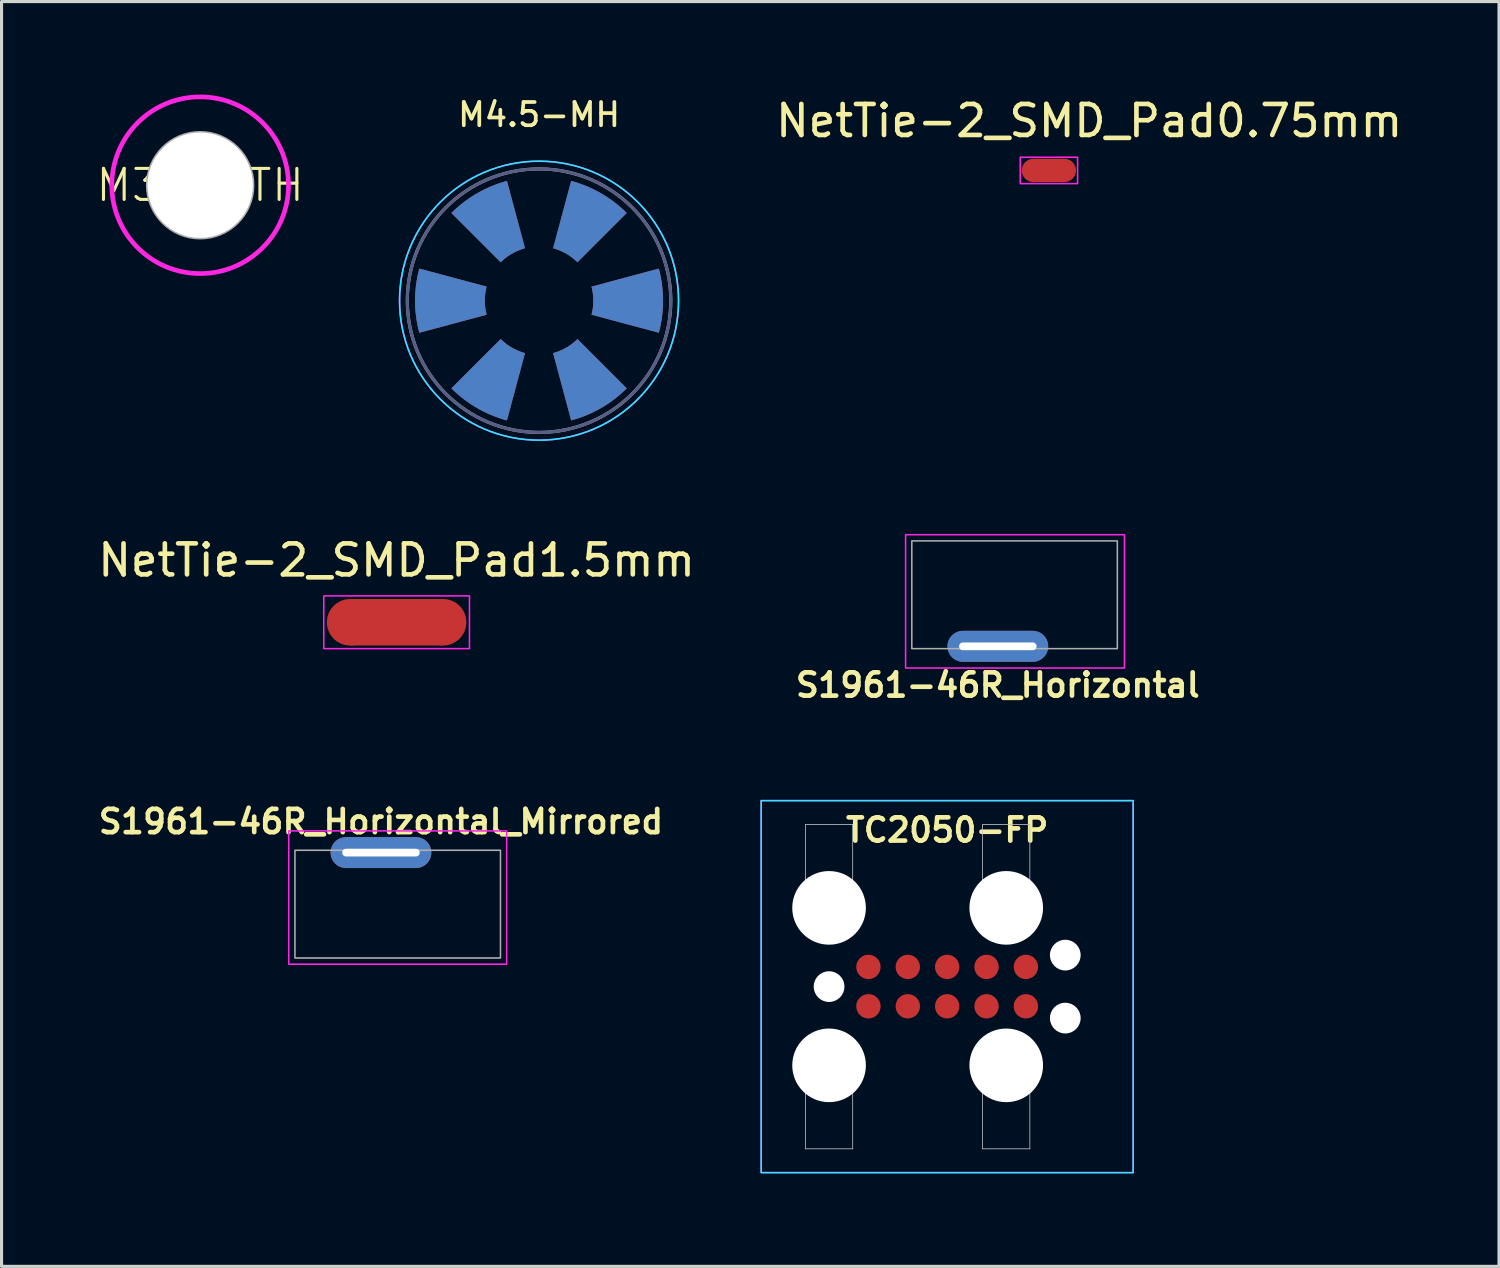
<source format=kicad_pcb>
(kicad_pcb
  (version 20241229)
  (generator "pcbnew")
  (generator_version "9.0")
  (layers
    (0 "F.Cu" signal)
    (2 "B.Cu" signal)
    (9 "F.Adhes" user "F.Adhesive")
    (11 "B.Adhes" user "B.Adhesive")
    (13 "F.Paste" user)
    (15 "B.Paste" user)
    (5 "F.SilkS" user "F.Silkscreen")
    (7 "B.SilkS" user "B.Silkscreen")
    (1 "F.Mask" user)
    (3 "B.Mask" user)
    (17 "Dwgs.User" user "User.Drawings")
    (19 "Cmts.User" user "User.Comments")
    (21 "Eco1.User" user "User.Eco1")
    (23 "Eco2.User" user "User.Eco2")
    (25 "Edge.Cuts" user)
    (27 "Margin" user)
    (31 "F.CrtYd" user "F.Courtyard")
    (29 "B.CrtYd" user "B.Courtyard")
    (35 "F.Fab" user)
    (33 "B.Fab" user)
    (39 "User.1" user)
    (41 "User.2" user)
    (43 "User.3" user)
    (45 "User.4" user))
  (footprint "S1961-46R_Horizontal"
    (layer "F.Cu")
    (at 29.138 17.799)
    (property "Reference" "S1961-46R_Horizontal" (at 0 1.25 0) (unlocked yes) (layer "F.SilkS") (effects (font (size 0.75 0.75) (thickness 0.15))))
    (attr through_hole)
    (fp_rect (start -2.975 -3.6) (end 4.085 0.7) (stroke (width 0.05) (type solid)) (fill no) (layer "F.CrtYd"))
    (fp_rect (start -2.775 -3.4) (end 3.855 0.075) (stroke (width 0.05) (type solid)) (fill no) (layer "F.Fab"))
    (fp_rect (start -1.125 -0.075) (end 1.125 0.075) (stroke (width 0.05) (type solid)) (fill no) (layer "F.Fab"))
    (pad "1" thru_hole oval (at 0 0) (size 3.25 1) (drill oval 2.5 0.25) (layers "*.Cu" "*.Mask")))
  (footprint "M4.5-MH"
    (layer "F.Cu")
    (at 14.339 6.649)
    (property "Reference" "M4.5-MH" (at 0 -6 0) (unlocked yes) (layer "F.SilkS") (effects (font (size 0.75 0.75) (thickness 0.12))))
    (attr through_hole)
    (fp_circle (center 0 0) (end 0 -4.5) (stroke (width 0.05) (type solid)) (fill no) (layer "B.CrtYd"))
    (fp_circle (center 0 0) (end 0 -4.5) (stroke (width 0.05) (type default)) (fill no) (layer "F.CrtYd"))
    (fp_circle (center 0 0) (end 0 -4.25) (stroke (width 0.1) (type solid)) (fill no) (layer "B.Fab"))
    (fp_circle (center 0 0) (end 0 -4.25) (stroke (width 0.1) (type default)) (fill no) (layer "F.Fab"))
    (pad "1" smd custom (at -2 0 90) (size 0.25 0.25) (layers "F.Cu" "F.Mask" "F.Paste") (options (anchor circle)) (primitives (gr_poly (pts (arc (start -0.452934 0.309631) (mid -0.000001 0.250001) (end 0.452934 0.309631)) (xy 1.035 -1.864) (arc (start 1.035272 -1.863704) (mid -0.000004 -2) (end -1.03528 -1.863702))) (width 0) (fill yes))))
    (pad "1" smd custom (at -2 0 90) (size 0.25 0.25) (layers "B.Cu" "B.Mask" "B.Paste") (options (anchor circle)) (primitives (gr_poly (pts (arc (start -0.452934 0.309631) (mid -0.000001 0.250001) (end 0.452934 0.309631)) (xy 1.035 -1.864) (arc (start 1.035272 -1.863704) (mid -0.000004 -2) (end -1.03528 -1.863702))) (width 0) (fill yes))))
    (pad "1" smd custom (at -1 -1.732 30) (size 0.25 0.25) (layers "F.Cu" "F.Mask" "F.Paste") (options (anchor circle)) (primitives (gr_poly (pts (arc (start -0.452934 0.309631) (mid -0.000001 0.250001) (end 0.452934 0.309631)) (xy 1.035 -1.864) (arc (start 1.035272 -1.863704) (mid -0.000004 -2) (end -1.03528 -1.863702))) (width 0) (fill yes))))
    (pad "1" smd custom (at -1 -1.732 30) (size 0.25 0.25) (layers "B.Cu" "B.Mask" "B.Paste") (options (anchor circle)) (primitives (gr_poly (pts (arc (start -0.452934 0.309631) (mid -0.000001 0.250001) (end 0.452934 0.309631)) (xy 1.035 -1.864) (arc (start 1.035272 -1.863704) (mid -0.000004 -2) (end -1.03528 -1.863702))) (width 0) (fill yes))))
    (pad "1" smd custom (at -1 1.732 150) (size 0.25 0.25) (layers "F.Cu" "F.Mask" "F.Paste") (options (anchor circle)) (primitives (gr_poly (pts (arc (start 0.452934 0.309631) (mid 0.000001 0.250001) (end -0.452934 0.309631)) (xy -1.035 -1.864) (arc (start -1.035272 -1.863704) (mid 0.000004 -2) (end 1.03528 -1.863702))) (width 0) (fill yes))))
    (pad "1" smd custom (at -1 1.732 150) (size 0.25 0.25) (layers "B.Cu" "B.Mask" "B.Paste") (options (anchor circle)) (primitives (gr_poly (pts (arc (start 0.452934 0.309631) (mid 0.000001 0.250001) (end -0.452934 0.309631)) (xy -1.035 -1.864) (arc (start -1.035272 -1.863704) (mid 0.000004 -2) (end 1.03528 -1.863702))) (width 0) (fill yes))))
    (pad "1" smd custom (at 1 -1.732 330) (size 0.25 0.25) (layers "F.Cu" "F.Mask" "F.Paste") (options (anchor circle)) (primitives (gr_poly (pts (arc (start 0.452934 0.309631) (mid 0.000001 0.250001) (end -0.452934 0.309631)) (xy -1.035 -1.864) (arc (start -1.035272 -1.863704) (mid 0.000004 -2) (end 1.03528 -1.863702))) (width 0) (fill yes))))
    (pad "1" smd custom (at 1 -1.732 330) (size 0.25 0.25) (layers "B.Cu" "B.Mask" "B.Paste") (options (anchor circle)) (primitives (gr_poly (pts (arc (start 0.452934 0.309631) (mid 0.000001 0.250001) (end -0.452934 0.309631)) (xy -1.035 -1.864) (arc (start -1.035272 -1.863704) (mid 0.000004 -2) (end 1.03528 -1.863702))) (width 0) (fill yes))))
    (pad "1" smd custom (at 1 1.732 210) (size 0.25 0.25) (layers "F.Cu" "F.Mask" "F.Paste") (options (anchor circle)) (primitives (gr_poly (pts (arc (start -0.452934 0.309631) (mid -0.000001 0.250001) (end 0.452934 0.309631)) (xy 1.035 -1.864) (arc (start 1.035272 -1.863704) (mid -0.000004 -2) (end -1.03528 -1.863702))) (width 0) (fill yes))))
    (pad "1" smd custom (at 1 1.732 210) (size 0.25 0.25) (layers "B.Cu" "B.Mask" "B.Paste") (options (anchor circle)) (primitives (gr_poly (pts (arc (start -0.452934 0.309631) (mid -0.000001 0.250001) (end 0.452934 0.309631)) (xy 1.035 -1.864) (arc (start 1.035272 -1.863704) (mid -0.000004 -2) (end -1.03528 -1.863702))) (width 0) (fill yes))))
    (pad "1" smd custom (at 2 0 270) (size 0.25 0.25) (layers "F.Cu" "F.Mask" "F.Paste") (options (anchor circle)) (primitives (gr_poly (pts (arc (start -0.452934 0.309631) (mid -0.000001 0.250001) (end 0.452934 0.309631)) (xy 1.035 -1.864) (arc (start 1.035272 -1.863704) (mid -0.000004 -2) (end -1.03528 -1.863702))) (width 0) (fill yes))))
    (pad "1" smd custom (at 2 0 270) (size 0.25 0.25) (layers "B.Cu" "B.Mask" "B.Paste") (options (anchor circle)) (primitives (gr_poly (pts (arc (start -0.452934 0.309631) (mid -0.000001 0.250001) (end 0.452934 0.309631)) (xy 1.035 -1.864) (arc (start 1.035272 -1.863704) (mid -0.000004 -2) (end -1.03528 -1.863702))) (width 0) (fill yes)))))
  (footprint "NetTie-2_SMD_Pad0.75mm"
    (layer "F.Cu")
    (at 30.785 2.448)
    (property "Reference" "NetTie-2_SMD_Pad0.75mm" (at 1.3 -1.6 0) (layer "F.SilkS") (effects (font (size 1 1) (thickness 0.15))))
    (attr exclude_from_pos_files exclude_from_bom allow_missing_courtyard)
    (fp_poly (pts (xy -0.5 -0.375) (xy 0.5 -0.375) (xy 0.5 0.375) (xy -0.5 0.375)) (stroke (width 0) (type solid)) (fill yes) (layer "F.Cu"))
    (fp_rect (start -0.925 -0.425) (end 0.925 0.425) (stroke (width 0.05) (type solid)) (fill no) (layer "F.CrtYd"))
    (pad "1" smd circle (at -0.5 0) (size 0.75 0.75) (layers "F.Cu"))
    (pad "2" smd circle (at 0.5 0) (size 0.75 0.75) (layers "F.Cu")))
  (footprint "S1961-46R_Horizontal_Mirrored"
    (layer "F.Cu")
    (at 9.239 24.453)
    (property "Reference" "S1961-46R_Horizontal_Mirrored" (at 0 -1 0) (unlocked yes) (layer "F.SilkS") (effects (font (size 0.75 0.75) (thickness 0.15))))
    (attr through_hole)
    (fp_rect (start -2.975 -0.7) (end 4.055 3.6) (stroke (width 0.05) (type solid)) (fill no) (layer "F.CrtYd"))
    (fp_rect (start -2.775 -0.075) (end 3.855 3.4) (stroke (width 0.05) (type solid)) (fill no) (layer "F.Fab"))
    (fp_rect (start -1.125 -0.075) (end 1.125 0.075) (stroke (width 0.05) (type solid)) (fill no) (layer "F.Fab"))
    (pad "1" thru_hole oval (at 0 0) (size 3.25 1) (drill oval 2.5 0.25) (layers "*.Cu" "*.Mask")))
  (footprint "TC2050-FP"
    (layer "F.Cu")
    (at 27.504 28.776)
    (property "Reference" "TC2050-FP" (at 0 -5.05 0) (unlocked yes) (layer "F.SilkS") (effects (font (size 0.75 0.75) (thickness 0.15) (bold yes))))
    (attr smd)
    (fp_line (start -4.826 -2.032) (end -2.794 -2.032) (stroke (width 0.025) (type default)) (layer "Dwgs.User"))
    (fp_line (start -4.826 3.048) (end -2.794 3.048) (stroke (width 0.025) (type default)) (layer "Dwgs.User"))
    (fp_line (start -4.572 -5.232) (end -4.572 -3.048) (stroke (width 0.025) (type default)) (layer "Dwgs.User"))
    (fp_line (start -4.572 5.232) (end -4.572 3.048) (stroke (width 0.025) (type default)) (layer "Dwgs.User"))
    (fp_line (start -3.048 -5.232) (end -3.048 -3.048) (stroke (width 0.025) (type default)) (layer "Dwgs.User"))
    (fp_line (start -3.048 5.232) (end -3.048 3.048) (stroke (width 0.025) (type default)) (layer "Dwgs.User"))
    (fp_line (start -2.794 -3.048) (end -4.826 -3.048) (stroke (width 0.025) (type default)) (layer "Dwgs.User"))
    (fp_line (start -2.794 2.032) (end -4.826 2.032) (stroke (width 0.025) (type default)) (layer "Dwgs.User"))
    (fp_line (start 0.889 -2.032) (end 2.921 -2.032) (stroke (width 0.025) (type default)) (layer "Dwgs.User"))
    (fp_line (start 0.889 3.048) (end 2.921 3.048) (stroke (width 0.025) (type default)) (layer "Dwgs.User"))
    (fp_line (start 1.143 -5.232) (end 1.143 -3.048) (stroke (width 0.025) (type default)) (layer "Dwgs.User"))
    (fp_line (start 1.143 5.232) (end 1.143 3.048) (stroke (width 0.025) (type default)) (layer "Dwgs.User"))
    (fp_line (start 2.667 -5.232) (end 2.667 -3.048) (stroke (width 0.025) (type default)) (layer "Dwgs.User"))
    (fp_line (start 2.667 5.232) (end 2.667 3.048) (stroke (width 0.025) (type default)) (layer "Dwgs.User"))
    (fp_line (start 2.921 -3.048) (end 0.889 -3.048) (stroke (width 0.025) (type default)) (layer "Dwgs.User"))
    (fp_line (start 2.921 2.032) (end 0.889 2.032) (stroke (width 0.025) (type default)) (layer "Dwgs.User"))
    (fp_rect (start -4.572 -5.232) (end -3.048 -5.232) (stroke (width 0.025) (type default)) (fill no) (layer "Dwgs.User"))
    (fp_rect (start -4.572 5.232) (end -3.048 5.232) (stroke (width 0.025) (type default)) (fill no) (layer "Dwgs.User"))
    (fp_rect (start 1.143 -5.232) (end 2.667 -5.232) (stroke (width 0.025) (type default)) (fill no) (layer "Dwgs.User"))
    (fp_rect (start 1.143 5.232) (end 2.667 5.232) (stroke (width 0.025) (type default)) (fill no) (layer "Dwgs.User"))
    (fp_arc (start -4.833077 -2.032) (mid -4.953 -2.54) (end -4.833077 -3.048) (stroke (width 0.025) (type default)) (layer "Dwgs.User"))
    (fp_arc (start -4.826 3.048) (mid -4.945923 2.54) (end -4.826 2.032) (stroke (width 0.025) (type default)) (layer "Dwgs.User"))
    (fp_arc (start -2.794 -3.048) (mid -2.674077 -2.54) (end -2.794 -2.032) (stroke (width 0.025) (type default)) (layer "Dwgs.User"))
    (fp_arc (start -2.786923 2.032) (mid -2.667 2.54) (end -2.786923 3.048) (stroke (width 0.025) (type default)) (layer "Dwgs.User"))
    (fp_arc (start 0.881923 -2.032) (mid 0.762 -2.54) (end 0.881923 -3.048) (stroke (width 0.025) (type default)) (layer "Dwgs.User"))
    (fp_arc (start 0.889 3.048) (mid 0.769077 2.54) (end 0.889 2.032) (stroke (width 0.025) (type default)) (layer "Dwgs.User"))
    (fp_arc (start 2.921 -3.048) (mid 3.040923 -2.54) (end 2.921 -2.032) (stroke (width 0.025) (type default)) (layer "Dwgs.User"))
    (fp_arc (start 2.928077 2.032) (mid 3.048 2.54) (end 2.928077 3.048) (stroke (width 0.025) (type default)) (layer "Dwgs.User"))
    (fp_circle (center -3.81 0) (end -3.429 0) (stroke (width 0.025) (type default)) (fill no) (layer "Dwgs.User"))
    (fp_circle (center 3.81 -1.016) (end 4.191 -1.016) (stroke (width 0.025) (type default)) (fill no) (layer "Dwgs.User"))
    (fp_circle (center 3.81 1.016) (end 4.191 1.016) (stroke (width 0.025) (type default)) (fill no) (layer "Dwgs.User"))
    (fp_rect (start -6 -6) (end 6 6) (stroke (width 0.05) (type default)) (fill no) (layer "B.CrtYd"))
    (fp_rect (start -6 -6) (end 6 6) (stroke (width 0.05) (type default)) (fill no) (layer "F.CrtYd"))
    (pad "" np_thru_hole circle (at -3.81 -2.54 90) (size 2.375 2.375) (drill 2.375) (layers "*.Cu" "*.Mask"))
    (pad "" np_thru_hole circle (at -3.81 0 90) (size 0.991 0.991) (drill 0.991) (layers "*.Cu" "*.Mask"))
    (pad "" np_thru_hole circle (at -3.81 2.54 90) (size 2.375 2.375) (drill 2.375) (layers "*.Cu" "*.Mask"))
    (pad "" np_thru_hole circle (at 1.905 -2.54 90) (size 2.375 2.375) (drill 2.375) (layers "*.Cu" "*.Mask"))
    (pad "" np_thru_hole circle (at 1.905 2.54 90) (size 2.375 2.375) (drill 2.375) (layers "*.Cu" "*.Mask"))
    (pad "" np_thru_hole circle (at 3.81 -1.016 90) (size 0.991 0.991) (drill 0.991) (layers "*.Cu" "*.Mask"))
    (pad "" np_thru_hole circle (at 3.81 1.016 90) (size 0.991 0.991) (drill 0.991) (layers "*.Cu" "*.Mask"))
    (pad "1" smd circle (at -2.54 0.635 90) (size 0.787 0.787) (layers "F.Cu" "F.Mask"))
    (pad "2" smd circle (at -1.27 0.635 90) (size 0.787 0.787) (layers "F.Cu" "F.Mask"))
    (pad "3" smd circle (at 0 0.635 90) (size 0.787 0.787) (layers "F.Cu" "F.Mask"))
    (pad "4" smd circle (at 1.27 0.635 90) (size 0.787 0.787) (layers "F.Cu" "F.Mask"))
    (pad "5" smd circle (at 2.54 0.635 90) (size 0.787 0.787) (layers "F.Cu" "F.Mask"))
    (pad "6" smd circle (at 2.54 -0.635 90) (size 0.787 0.787) (layers "F.Cu" "F.Mask"))
    (pad "7" smd circle (at 1.27 -0.635 90) (size 0.787 0.787) (layers "F.Cu" "F.Mask"))
    (pad "8" smd circle (at 0 -0.635 90) (size 0.787 0.787) (layers "F.Cu" "F.Mask"))
    (pad "9" smd circle (at -1.27 -0.635 90) (size 0.787 0.787) (layers "F.Cu" "F.Mask"))
    (pad "10" smd circle (at -2.54 -0.635 90) (size 0.787 0.787) (layers "F.Cu" "F.Mask"))
    (zone (net_name "") (layer "F.Cu") (name "TC-Keepout") (hatch edge 0.5) (connect_pads) (min_thickness 0.25) (filled_areas_thickness no) (keepout (tracks not_allowed) (vias not_allowed) (pads allowed) (copperpour not_allowed) (footprints allowed)) (placement (enabled no)) (fill) (polygon (pts (xy 25.164 28.341) (xy 25.164 29.211) (xy 29.844 29.211) (xy 29.844 28.341)))))
  (footprint "M3_NPTH"
    (layer "F.Cu")
    (at 3.407 2.925)
    (property "Reference" "M3_NPTH" (at 0 0 0) (unlocked yes) (layer "F.SilkS") (effects (font (size 1 1) (thickness 0.1))))
    (attr through_hole)
    (fp_circle (center 0 0) (end 2.85 0) (stroke (width 0.15) (type default)) (fill no) (layer "F.CrtYd"))
    (fp_circle (center 0 0) (end 1.7 0) (stroke (width 0.1) (type default)) (fill no) (layer "F.Fab"))
    (pad "" np_thru_hole circle (at 0 0) (size 3.4 3.4) (drill 3.4) (layers "*.Cu" "*.Mask")))
  (footprint "NetTie-2_SMD_Pad1.5mm"
    (layer "F.Cu")
    (at 9.744 17.023)
    (property "Reference" "NetTie-2_SMD_Pad1.5mm" (at 0 -2 0) (layer "F.SilkS") (effects (font (size 1 1) (thickness 0.15))))
    (attr exclude_from_pos_files exclude_from_bom allow_missing_courtyard)
    (fp_poly (pts (xy -1.5 -0.75) (xy 1.5 -0.75) (xy 1.5 0.75) (xy -1.5 0.75)) (stroke (width 0) (type solid)) (fill yes) (layer "F.Cu"))
    (fp_rect (start -2.35 -0.85) (end 2.35 0.85) (stroke (width 0.05) (type default)) (fill no) (layer "F.CrtYd"))
    (pad "1" smd circle (at -1.5 0) (size 1.5 1.5) (layers "F.Cu"))
    (pad "2" smd circle (at 1.5 0) (size 1.5 1.5) (layers "F.Cu")))
  (gr_rect
    (start -3 -3)
    (end 45.305 37.801)
    (stroke (width 0.1) (type default))
    (fill no)
    (layer "Edge.Cuts")))
</source>
